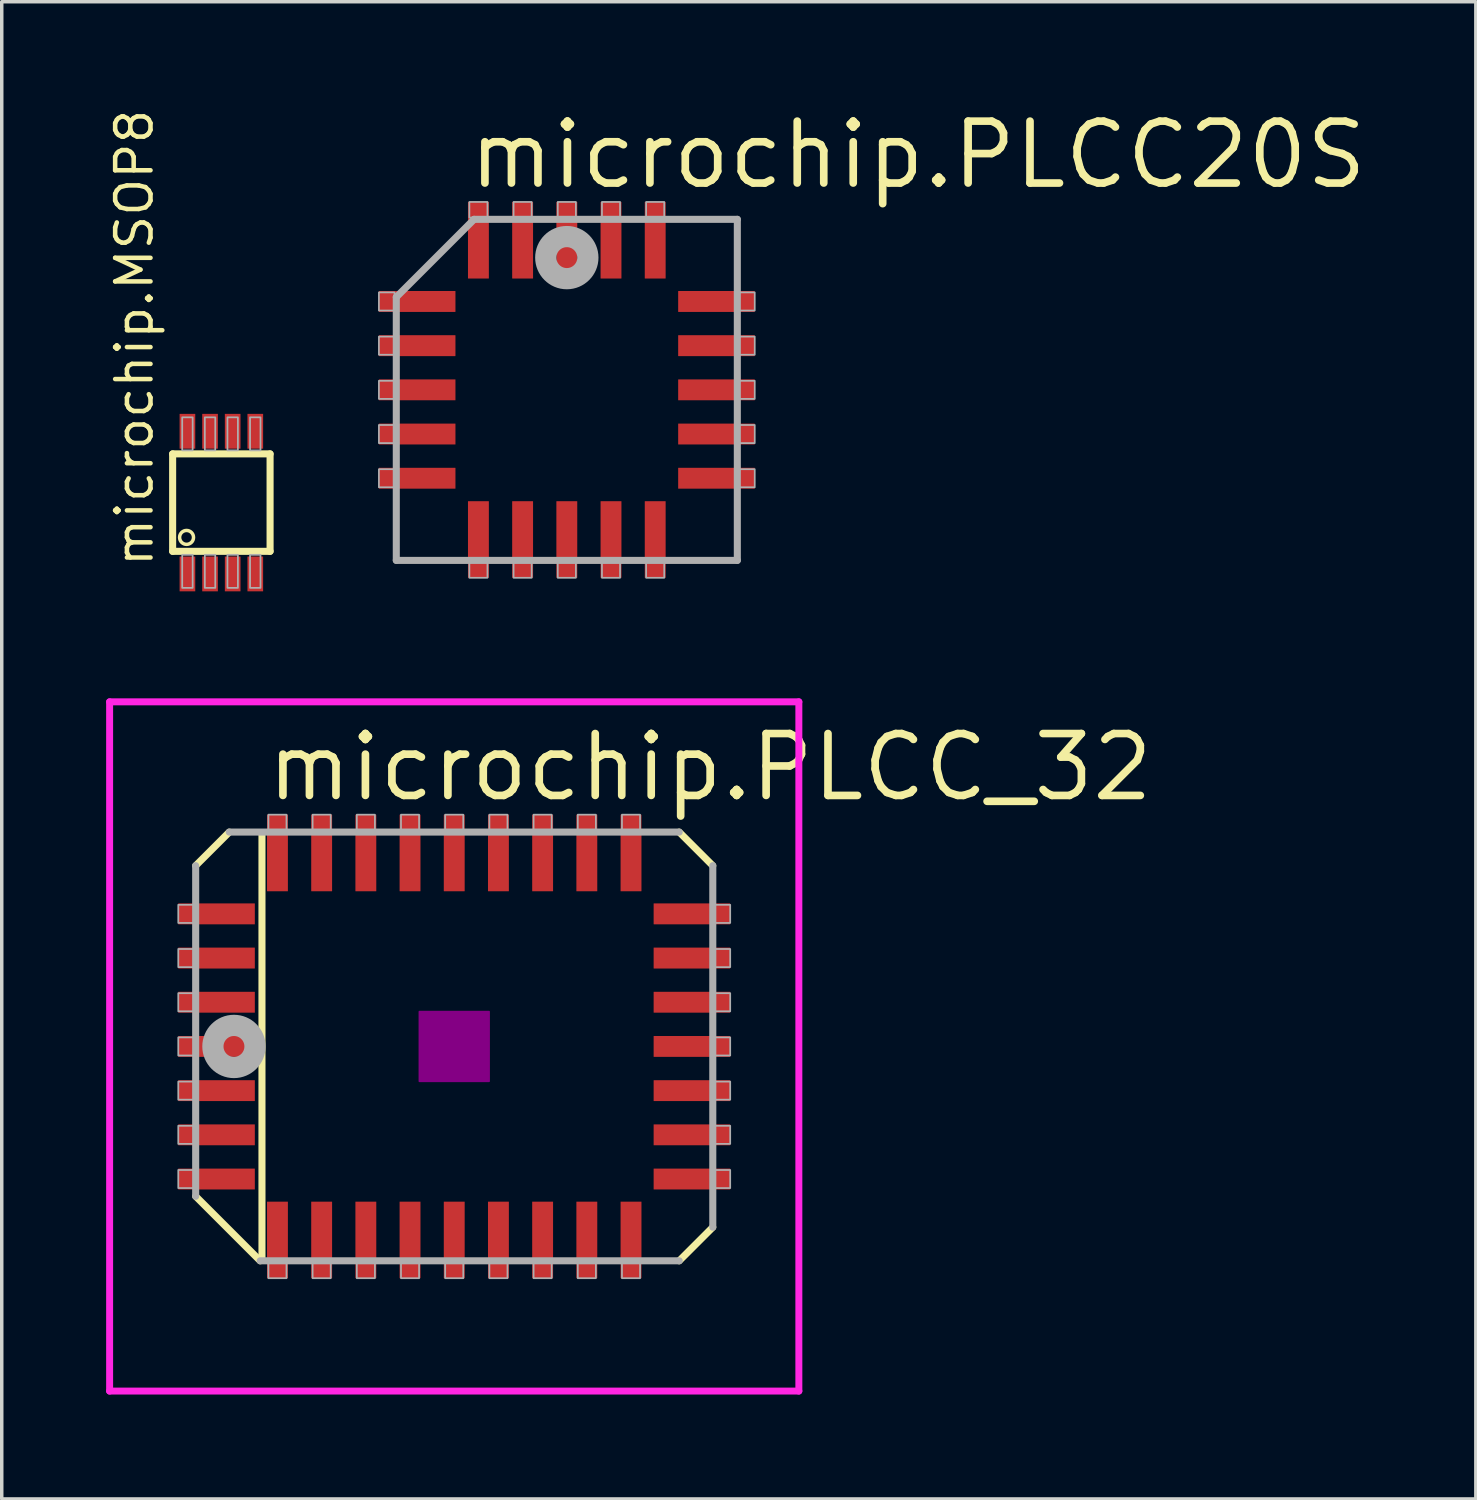
<source format=kicad_pcb>
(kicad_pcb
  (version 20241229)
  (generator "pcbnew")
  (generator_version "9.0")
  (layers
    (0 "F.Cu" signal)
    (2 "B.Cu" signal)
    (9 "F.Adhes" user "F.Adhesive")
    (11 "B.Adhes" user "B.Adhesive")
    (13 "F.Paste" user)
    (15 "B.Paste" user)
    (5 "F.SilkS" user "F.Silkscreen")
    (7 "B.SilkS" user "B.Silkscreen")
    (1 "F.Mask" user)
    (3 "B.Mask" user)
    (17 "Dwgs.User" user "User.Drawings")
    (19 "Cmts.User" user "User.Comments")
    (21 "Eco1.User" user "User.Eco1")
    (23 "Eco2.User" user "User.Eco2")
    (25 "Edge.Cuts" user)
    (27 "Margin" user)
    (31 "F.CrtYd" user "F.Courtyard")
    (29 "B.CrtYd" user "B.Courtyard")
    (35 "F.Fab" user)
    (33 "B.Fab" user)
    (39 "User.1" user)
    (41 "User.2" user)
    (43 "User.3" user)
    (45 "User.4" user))
  (footprint "microchip.MSOP8"
    (layer "F.Cu")
    (at 3.311 11.393)
    (property "Reference" "microchip.MSOP8" (at -1.905 1.905 90) (layer "F.SilkS") (effects (font (size 1.016 1.016) (thickness 0.13)) (justify left bottom)))
    (attr smd)
    (fp_rect (start -1.225 -1.525) (end -0.725 -2.6) (stroke (width 0.05) (type default)) (fill yes) (layer "F.Mask"))
    (fp_rect (start -1.225 2.6) (end -0.725 1.525) (stroke (width 0.05) (type default)) (fill yes) (layer "F.Mask"))
    (fp_rect (start -0.575 -1.525) (end -0.075 -2.6) (stroke (width 0.05) (type default)) (fill yes) (layer "F.Mask"))
    (fp_rect (start -0.575 2.6) (end -0.075 1.525) (stroke (width 0.05) (type default)) (fill yes) (layer "F.Mask"))
    (fp_rect (start 0.075 -1.525) (end 0.575 -2.6) (stroke (width 0.05) (type default)) (fill yes) (layer "F.Mask"))
    (fp_rect (start 0.075 2.6) (end 0.575 1.525) (stroke (width 0.05) (type default)) (fill yes) (layer "F.Mask"))
    (fp_rect (start 0.725 -1.525) (end 1.225 -2.6) (stroke (width 0.05) (type default)) (fill yes) (layer "F.Mask"))
    (fp_rect (start 0.725 2.6) (end 1.225 1.525) (stroke (width 0.05) (type default)) (fill yes) (layer "F.Mask"))
    (fp_line (start -1.4 -1.4) (end 1.4 -1.4) (stroke (width 0.203) (type default)) (layer "F.SilkS"))
    (fp_line (start -1.4 1.4) (end -1.4 -1.4) (stroke (width 0.203) (type default)) (layer "F.SilkS"))
    (fp_line (start 1.4 -1.4) (end 1.4 1.4) (stroke (width 0.203) (type default)) (layer "F.SilkS"))
    (fp_line (start 1.4 1.4) (end -1.4 1.4) (stroke (width 0.203) (type default)) (layer "F.SilkS"))
    (fp_circle (center -1 1) (end -0.8 1) (stroke (width 0.1) (type default)) (fill no) (layer "F.SilkS"))
    (fp_rect (start -1.125 2.45) (end -0.825 1.5) (stroke (width 0.05) (type default)) (fill no) (layer "F.Fab"))
    (fp_rect (start -1.125 -1.5) (end -0.825 -2.45) (stroke (width 0.05) (type default)) (fill no) (layer "F.Fab"))
    (fp_rect (start -0.475 -1.5) (end -0.175 -2.45) (stroke (width 0.05) (type default)) (fill no) (layer "F.Fab"))
    (fp_rect (start -0.475 2.45) (end -0.175 1.5) (stroke (width 0.05) (type default)) (fill no) (layer "F.Fab"))
    (fp_rect (start 0.175 -1.5) (end 0.475 -2.45) (stroke (width 0.05) (type default)) (fill no) (layer "F.Fab"))
    (fp_rect (start 0.175 2.45) (end 0.475 1.5) (stroke (width 0.05) (type default)) (fill no) (layer "F.Fab"))
    (fp_rect (start 0.825 2.45) (end 1.125 1.5) (stroke (width 0.05) (type default)) (fill no) (layer "F.Fab"))
    (fp_rect (start 0.825 -1.5) (end 1.125 -2.45) (stroke (width 0.05) (type default)) (fill no) (layer "F.Fab"))
    (pad "1" smd roundrect (at -0.975 2.05) (size 0.45 1) (layers "F.Cu" "F.Mask" "F.Paste") (roundrect_rratio 0.01))
    (pad "2" smd roundrect (at -0.325 2.05) (size 0.45 1) (layers "F.Cu" "F.Mask" "F.Paste") (roundrect_rratio 0.01))
    (pad "3" smd roundrect (at 0.325 2.05) (size 0.45 1) (layers "F.Cu" "F.Mask" "F.Paste") (roundrect_rratio 0.01))
    (pad "4" smd roundrect (at 0.975 2.05) (size 0.45 1) (layers "F.Cu" "F.Mask" "F.Paste") (roundrect_rratio 0.01))
    (pad "5" smd roundrect (at 0.975 -2.05) (size 0.45 1) (layers "F.Cu" "F.Mask" "F.Paste") (roundrect_rratio 0.01))
    (pad "6" smd roundrect (at 0.325 -2.05) (size 0.45 1) (layers "F.Cu" "F.Mask" "F.Paste") (roundrect_rratio 0.01))
    (pad "7" smd roundrect (at -0.325 -2.05) (size 0.45 1) (layers "F.Cu" "F.Mask" "F.Paste") (roundrect_rratio 0.01))
    (pad "8" smd roundrect (at -0.975 -2.05) (size 0.45 1) (layers "F.Cu" "F.Mask" "F.Paste") (roundrect_rratio 0.01)))
  (footprint "microchip.PLCC20S"
    (layer "F.Cu")
    (at 13.238 8.153)
    (property "Reference" "microchip.PLCC20S" (at -2.921 -5.715 0) (layer "F.SilkS") (effects (font (size 1.778 1.778) (thickness 0.22)) (justify left bottom)))
    (attr smd)
    (fp_line (start -4.9 -2.665) (end -4.9 4.9) (stroke (width 0.203) (type default)) (layer "F.Fab"))
    (fp_line (start -4.9 4.9) (end 4.9 4.9) (stroke (width 0.203) (type default)) (layer "F.Fab"))
    (fp_line (start -2.665 -4.9) (end -4.9 -2.665) (stroke (width 0.203) (type default)) (layer "F.Fab"))
    (fp_line (start 4.9 4.9) (end 4.9 -4.9) (stroke (width 0.203) (type default)) (layer "F.Fab"))
    (fp_line (start 4.9 -4.9) (end -2.665 -4.9) (stroke (width 0.203) (type default)) (layer "F.Fab"))
    (fp_rect (start -5.4 -2.28) (end -4.95 -2.8) (stroke (width 0.05) (type default)) (fill no) (layer "F.Fab"))
    (fp_rect (start -5.4 -1.01) (end -4.95 -1.53) (stroke (width 0.05) (type default)) (fill no) (layer "F.Fab"))
    (fp_rect (start -5.4 0.26) (end -4.95 -0.26) (stroke (width 0.05) (type default)) (fill no) (layer "F.Fab"))
    (fp_rect (start -5.4 1.53) (end -4.95 1.01) (stroke (width 0.05) (type default)) (fill no) (layer "F.Fab"))
    (fp_rect (start -5.4 2.8) (end -4.95 2.28) (stroke (width 0.05) (type default)) (fill no) (layer "F.Fab"))
    (fp_rect (start -2.8 -4.95) (end -2.28 -5.4) (stroke (width 0.05) (type default)) (fill no) (layer "F.Fab"))
    (fp_rect (start -2.8 5.4) (end -2.28 4.95) (stroke (width 0.05) (type default)) (fill no) (layer "F.Fab"))
    (fp_rect (start -1.53 -4.95) (end -1.01 -5.4) (stroke (width 0.05) (type default)) (fill no) (layer "F.Fab"))
    (fp_rect (start -1.53 5.4) (end -1.01 4.95) (stroke (width 0.05) (type default)) (fill no) (layer "F.Fab"))
    (fp_rect (start -0.26 -4.95) (end 0.26 -5.4) (stroke (width 0.05) (type default)) (fill no) (layer "F.Fab"))
    (fp_rect (start -0.26 5.4) (end 0.26 4.95) (stroke (width 0.05) (type default)) (fill no) (layer "F.Fab"))
    (fp_rect (start 1.01 -4.95) (end 1.53 -5.4) (stroke (width 0.05) (type default)) (fill no) (layer "F.Fab"))
    (fp_rect (start 1.01 5.4) (end 1.53 4.95) (stroke (width 0.05) (type default)) (fill no) (layer "F.Fab"))
    (fp_rect (start 2.28 -4.95) (end 2.8 -5.4) (stroke (width 0.05) (type default)) (fill no) (layer "F.Fab"))
    (fp_rect (start 2.28 5.4) (end 2.8 4.95) (stroke (width 0.05) (type default)) (fill no) (layer "F.Fab"))
    (fp_rect (start 4.95 -2.28) (end 5.4 -2.8) (stroke (width 0.05) (type default)) (fill no) (layer "F.Fab"))
    (fp_rect (start 4.95 -1.01) (end 5.4 -1.53) (stroke (width 0.05) (type default)) (fill no) (layer "F.Fab"))
    (fp_rect (start 4.95 0.26) (end 5.4 -0.26) (stroke (width 0.05) (type default)) (fill no) (layer "F.Fab"))
    (fp_rect (start 4.95 1.53) (end 5.4 1.01) (stroke (width 0.05) (type default)) (fill no) (layer "F.Fab"))
    (fp_rect (start 4.95 2.8) (end 5.4 2.28) (stroke (width 0.05) (type default)) (fill no) (layer "F.Fab"))
    (fp_circle (center 0 -3.8) (end 0.3 -3.8) (stroke (width 0.61) (type default)) (fill no) (layer "F.Fab"))
    (pad "1" smd roundrect (at 0 -4.3) (size 0.6 2.2) (layers "F.Cu" "F.Mask" "F.Paste") (roundrect_rratio 0.01))
    (pad "2" smd roundrect (at -1.27 -4.3) (size 0.6 2.2) (layers "F.Cu" "F.Mask" "F.Paste") (roundrect_rratio 0.01))
    (pad "3" smd roundrect (at -2.54 -4.3) (size 0.6 2.2) (layers "F.Cu" "F.Mask" "F.Paste") (roundrect_rratio 0.01))
    (pad "4" smd roundrect (at -4.3 -2.54) (size 2.2 0.6) (layers "F.Cu" "F.Mask" "F.Paste") (roundrect_rratio 0.01))
    (pad "5" smd roundrect (at -4.3 -1.27) (size 2.2 0.6) (layers "F.Cu" "F.Mask" "F.Paste") (roundrect_rratio 0.01))
    (pad "6" smd roundrect (at -4.3 0) (size 2.2 0.6) (layers "F.Cu" "F.Mask" "F.Paste") (roundrect_rratio 0.01))
    (pad "7" smd roundrect (at -4.3 1.27) (size 2.2 0.6) (layers "F.Cu" "F.Mask" "F.Paste") (roundrect_rratio 0.01))
    (pad "8" smd roundrect (at -4.3 2.54) (size 2.2 0.6) (layers "F.Cu" "F.Mask" "F.Paste") (roundrect_rratio 0.01))
    (pad "9" smd roundrect (at -2.54 4.3) (size 0.6 2.2) (layers "F.Cu" "F.Mask" "F.Paste") (roundrect_rratio 0.01))
    (pad "10" smd roundrect (at -1.27 4.3) (size 0.6 2.2) (layers "F.Cu" "F.Mask" "F.Paste") (roundrect_rratio 0.01))
    (pad "11" smd roundrect (at 0 4.3) (size 0.6 2.2) (layers "F.Cu" "F.Mask" "F.Paste") (roundrect_rratio 0.01))
    (pad "12" smd roundrect (at 1.27 4.3) (size 0.6 2.2) (layers "F.Cu" "F.Mask" "F.Paste") (roundrect_rratio 0.01))
    (pad "13" smd roundrect (at 2.54 4.3) (size 0.6 2.2) (layers "F.Cu" "F.Mask" "F.Paste") (roundrect_rratio 0.01))
    (pad "14" smd roundrect (at 4.3 2.54) (size 2.2 0.6) (layers "F.Cu" "F.Mask" "F.Paste") (roundrect_rratio 0.01))
    (pad "15" smd roundrect (at 4.3 1.27) (size 2.2 0.6) (layers "F.Cu" "F.Mask" "F.Paste") (roundrect_rratio 0.01))
    (pad "16" smd roundrect (at 4.3 0) (size 2.2 0.6) (layers "F.Cu" "F.Mask" "F.Paste") (roundrect_rratio 0.01))
    (pad "17" smd roundrect (at 4.3 -1.27) (size 2.2 0.6) (layers "F.Cu" "F.Mask" "F.Paste") (roundrect_rratio 0.01))
    (pad "18" smd roundrect (at 4.3 -2.54) (size 2.2 0.6) (layers "F.Cu" "F.Mask" "F.Paste") (roundrect_rratio 0.01))
    (pad "19" smd roundrect (at 2.54 -4.3) (size 0.6 2.2) (layers "F.Cu" "F.Mask" "F.Paste") (roundrect_rratio 0.01))
    (pad "20" smd roundrect (at 1.27 -4.3) (size 0.6 2.2) (layers "F.Cu" "F.Mask" "F.Paste") (roundrect_rratio 0.01)))
  (footprint "microchip.PLCC_32"
    (layer "F.Cu")
    (at 10.003 27.021)
    (property "Reference" "microchip.PLCC_32" (at -5.491 -6.985 0) (layer "F.SilkS") (effects (font (size 1.778 1.778) (thickness 0.22)) (justify left bottom)))
    (attr smd)
    (fp_line (start -7.43 4.306) (end -5.576 6.16) (stroke (width 0.203) (type default)) (layer "F.SilkS"))
    (fp_line (start -6.465 -6.16) (end -7.43 -5.195) (stroke (width 0.203) (type default)) (layer "F.SilkS"))
    (fp_line (start -5.525 -6.084) (end -5.525 6.084) (stroke (width 0.203) (type default)) (layer "F.SilkS"))
    (fp_line (start 6.465 6.16) (end 7.43 5.195) (stroke (width 0.203) (type default)) (layer "F.SilkS"))
    (fp_line (start 7.43 -5.195) (end 6.465 -6.16) (stroke (width 0.203) (type default)) (layer "F.SilkS"))
    (fp_rect (start -1 1) (end 1 -1) (stroke (width 0.05) (type default)) (fill yes) (layer "F.Adhes"))
    (fp_line (start -9.903 -9.903) (end 9.903 -9.903) (stroke (width 0.2) (type default)) (layer "F.CrtYd"))
    (fp_line (start -9.903 9.903) (end -9.903 -9.903) (stroke (width 0.2) (type default)) (layer "F.CrtYd"))
    (fp_line (start 9.903 -9.903) (end 9.903 9.903) (stroke (width 0.2) (type default)) (layer "F.CrtYd"))
    (fp_line (start 9.903 9.903) (end -9.903 9.903) (stroke (width 0.2) (type default)) (layer "F.CrtYd"))
    (fp_line (start -7.43 -5.195) (end -7.43 4.306) (stroke (width 0.203) (type default)) (layer "F.Fab"))
    (fp_line (start -5.576 6.16) (end 6.465 6.16) (stroke (width 0.203) (type default)) (layer "F.Fab"))
    (fp_line (start 6.465 -6.16) (end -6.465 -6.16) (stroke (width 0.203) (type default)) (layer "F.Fab"))
    (fp_line (start 7.43 5.195) (end 7.43 -5.195) (stroke (width 0.203) (type default)) (layer "F.Fab"))
    (fp_rect (start -7.93 -3.55) (end -7.48 -4.07) (stroke (width 0.05) (type default)) (fill no) (layer "F.Fab"))
    (fp_rect (start -7.93 -2.28) (end -7.48 -2.8) (stroke (width 0.05) (type default)) (fill no) (layer "F.Fab"))
    (fp_rect (start -7.93 -1.01) (end -7.48 -1.53) (stroke (width 0.05) (type default)) (fill no) (layer "F.Fab"))
    (fp_rect (start -7.93 0.26) (end -7.48 -0.26) (stroke (width 0.05) (type default)) (fill no) (layer "F.Fab"))
    (fp_rect (start -7.93 1.53) (end -7.48 1.01) (stroke (width 0.05) (type default)) (fill no) (layer "F.Fab"))
    (fp_rect (start -7.93 2.8) (end -7.48 2.28) (stroke (width 0.05) (type default)) (fill no) (layer "F.Fab"))
    (fp_rect (start -7.93 4.07) (end -7.48 3.55) (stroke (width 0.05) (type default)) (fill no) (layer "F.Fab"))
    (fp_rect (start -5.34 -6.21) (end -4.82 -6.66) (stroke (width 0.05) (type default)) (fill no) (layer "F.Fab"))
    (fp_rect (start -5.34 6.66) (end -4.82 6.21) (stroke (width 0.05) (type default)) (fill no) (layer "F.Fab"))
    (fp_rect (start -4.07 -6.21) (end -3.55 -6.66) (stroke (width 0.05) (type default)) (fill no) (layer "F.Fab"))
    (fp_rect (start -4.07 6.66) (end -3.55 6.21) (stroke (width 0.05) (type default)) (fill no) (layer "F.Fab"))
    (fp_rect (start -2.8 -6.21) (end -2.28 -6.66) (stroke (width 0.05) (type default)) (fill no) (layer "F.Fab"))
    (fp_rect (start -2.8 6.66) (end -2.28 6.21) (stroke (width 0.05) (type default)) (fill no) (layer "F.Fab"))
    (fp_rect (start -1.53 -6.21) (end -1.01 -6.66) (stroke (width 0.05) (type default)) (fill no) (layer "F.Fab"))
    (fp_rect (start -1.53 6.66) (end -1.01 6.21) (stroke (width 0.05) (type default)) (fill no) (layer "F.Fab"))
    (fp_rect (start -0.26 -6.21) (end 0.26 -6.66) (stroke (width 0.05) (type default)) (fill no) (layer "F.Fab"))
    (fp_rect (start -0.26 6.66) (end 0.26 6.21) (stroke (width 0.05) (type default)) (fill no) (layer "F.Fab"))
    (fp_rect (start 1.01 -6.21) (end 1.53 -6.66) (stroke (width 0.05) (type default)) (fill no) (layer "F.Fab"))
    (fp_rect (start 1.01 6.66) (end 1.53 6.21) (stroke (width 0.05) (type default)) (fill no) (layer "F.Fab"))
    (fp_rect (start 2.28 -6.21) (end 2.8 -6.66) (stroke (width 0.05) (type default)) (fill no) (layer "F.Fab"))
    (fp_rect (start 2.28 6.66) (end 2.8 6.21) (stroke (width 0.05) (type default)) (fill no) (layer "F.Fab"))
    (fp_rect (start 3.55 -6.21) (end 4.07 -6.66) (stroke (width 0.05) (type default)) (fill no) (layer "F.Fab"))
    (fp_rect (start 3.55 6.66) (end 4.07 6.21) (stroke (width 0.05) (type default)) (fill no) (layer "F.Fab"))
    (fp_rect (start 4.82 -6.21) (end 5.34 -6.66) (stroke (width 0.05) (type default)) (fill no) (layer "F.Fab"))
    (fp_rect (start 4.82 6.66) (end 5.34 6.21) (stroke (width 0.05) (type default)) (fill no) (layer "F.Fab"))
    (fp_rect (start 7.48 -3.55) (end 7.93 -4.07) (stroke (width 0.05) (type default)) (fill no) (layer "F.Fab"))
    (fp_rect (start 7.48 -2.28) (end 7.93 -2.8) (stroke (width 0.05) (type default)) (fill no) (layer "F.Fab"))
    (fp_rect (start 7.48 -1.01) (end 7.93 -1.53) (stroke (width 0.05) (type default)) (fill no) (layer "F.Fab"))
    (fp_rect (start 7.48 0.26) (end 7.93 -0.26) (stroke (width 0.05) (type default)) (fill no) (layer "F.Fab"))
    (fp_rect (start 7.48 1.53) (end 7.93 1.01) (stroke (width 0.05) (type default)) (fill no) (layer "F.Fab"))
    (fp_rect (start 7.48 2.8) (end 7.93 2.28) (stroke (width 0.05) (type default)) (fill no) (layer "F.Fab"))
    (fp_rect (start 7.48 4.07) (end 7.93 3.55) (stroke (width 0.05) (type default)) (fill no) (layer "F.Fab"))
    (fp_circle (center -6.33 0) (end -6.03 0) (stroke (width 0.61) (type default)) (fill no) (layer "F.Fab"))
    (pad "1" smd roundrect (at -6.83 0) (size 2.2 0.6) (layers "F.Cu" "F.Mask" "F.Paste") (roundrect_rratio 0.01))
    (pad "2" smd roundrect (at -6.83 1.27) (size 2.2 0.6) (layers "F.Cu" "F.Mask" "F.Paste") (roundrect_rratio 0.01))
    (pad "3" smd roundrect (at -6.83 2.54) (size 2.2 0.6) (layers "F.Cu" "F.Mask" "F.Paste") (roundrect_rratio 0.01))
    (pad "4" smd roundrect (at -6.83 3.81) (size 2.2 0.6) (layers "F.Cu" "F.Mask" "F.Paste") (roundrect_rratio 0.01))
    (pad "5" smd roundrect (at -5.08 5.56) (size 0.6 2.2) (layers "F.Cu" "F.Mask" "F.Paste") (roundrect_rratio 0.01))
    (pad "6" smd roundrect (at -3.81 5.56) (size 0.6 2.2) (layers "F.Cu" "F.Mask" "F.Paste") (roundrect_rratio 0.01))
    (pad "7" smd roundrect (at -2.54 5.56) (size 0.6 2.2) (layers "F.Cu" "F.Mask" "F.Paste") (roundrect_rratio 0.01))
    (pad "8" smd roundrect (at -1.27 5.56) (size 0.6 2.2) (layers "F.Cu" "F.Mask" "F.Paste") (roundrect_rratio 0.01))
    (pad "9" smd roundrect (at 0 5.56) (size 0.6 2.2) (layers "F.Cu" "F.Mask" "F.Paste") (roundrect_rratio 0.01))
    (pad "10" smd roundrect (at 1.27 5.56) (size 0.6 2.2) (layers "F.Cu" "F.Mask" "F.Paste") (roundrect_rratio 0.01))
    (pad "11" smd roundrect (at 2.54 5.56) (size 0.6 2.2) (layers "F.Cu" "F.Mask" "F.Paste") (roundrect_rratio 0.01))
    (pad "12" smd roundrect (at 3.81 5.56) (size 0.6 2.2) (layers "F.Cu" "F.Mask" "F.Paste") (roundrect_rratio 0.01))
    (pad "13" smd roundrect (at 5.08 5.56) (size 0.6 2.2) (layers "F.Cu" "F.Mask" "F.Paste") (roundrect_rratio 0.01))
    (pad "14" smd roundrect (at 6.83 3.81) (size 2.2 0.6) (layers "F.Cu" "F.Mask" "F.Paste") (roundrect_rratio 0.01))
    (pad "15" smd roundrect (at 6.83 2.54) (size 2.2 0.6) (layers "F.Cu" "F.Mask" "F.Paste") (roundrect_rratio 0.01))
    (pad "16" smd roundrect (at 6.83 1.27) (size 2.2 0.6) (layers "F.Cu" "F.Mask" "F.Paste") (roundrect_rratio 0.01))
    (pad "17" smd roundrect (at 6.83 0) (size 2.2 0.6) (layers "F.Cu" "F.Mask" "F.Paste") (roundrect_rratio 0.01))
    (pad "18" smd roundrect (at 6.83 -1.27) (size 2.2 0.6) (layers "F.Cu" "F.Mask" "F.Paste") (roundrect_rratio 0.01))
    (pad "19" smd roundrect (at 6.83 -2.54) (size 2.2 0.6) (layers "F.Cu" "F.Mask" "F.Paste") (roundrect_rratio 0.01))
    (pad "20" smd roundrect (at 6.83 -3.81) (size 2.2 0.6) (layers "F.Cu" "F.Mask" "F.Paste") (roundrect_rratio 0.01))
    (pad "21" smd roundrect (at 5.08 -5.56) (size 0.6 2.2) (layers "F.Cu" "F.Mask" "F.Paste") (roundrect_rratio 0.01))
    (pad "22" smd roundrect (at 3.81 -5.56) (size 0.6 2.2) (layers "F.Cu" "F.Mask" "F.Paste") (roundrect_rratio 0.01))
    (pad "23" smd roundrect (at 2.54 -5.56) (size 0.6 2.2) (layers "F.Cu" "F.Mask" "F.Paste") (roundrect_rratio 0.01))
    (pad "24" smd roundrect (at 1.27 -5.56) (size 0.6 2.2) (layers "F.Cu" "F.Mask" "F.Paste") (roundrect_rratio 0.01))
    (pad "25" smd roundrect (at 0 -5.56) (size 0.6 2.2) (layers "F.Cu" "F.Mask" "F.Paste") (roundrect_rratio 0.01))
    (pad "26" smd roundrect (at -1.27 -5.56) (size 0.6 2.2) (layers "F.Cu" "F.Mask" "F.Paste") (roundrect_rratio 0.01))
    (pad "27" smd roundrect (at -2.54 -5.56) (size 0.6 2.2) (layers "F.Cu" "F.Mask" "F.Paste") (roundrect_rratio 0.01))
    (pad "28" smd roundrect (at -3.81 -5.56) (size 0.6 2.2) (layers "F.Cu" "F.Mask" "F.Paste") (roundrect_rratio 0.01))
    (pad "29" smd roundrect (at -5.08 -5.56) (size 0.6 2.2) (layers "F.Cu" "F.Mask" "F.Paste") (roundrect_rratio 0.01))
    (pad "30" smd roundrect (at -6.83 -3.81) (size 2.2 0.6) (layers "F.Cu" "F.Mask" "F.Paste") (roundrect_rratio 0.01))
    (pad "31" smd roundrect (at -6.83 -2.54) (size 2.2 0.6) (layers "F.Cu" "F.Mask" "F.Paste") (roundrect_rratio 0.01))
    (pad "32" smd roundrect (at -6.83 -1.27) (size 2.2 0.6) (layers "F.Cu" "F.Mask" "F.Paste") (roundrect_rratio 0.01)))
  (gr_rect
    (start -3 -3)
    (end 39.36 40.024)
    (stroke (width 0.1) (type default))
    (fill no)
    (layer "Edge.Cuts")))
</source>
